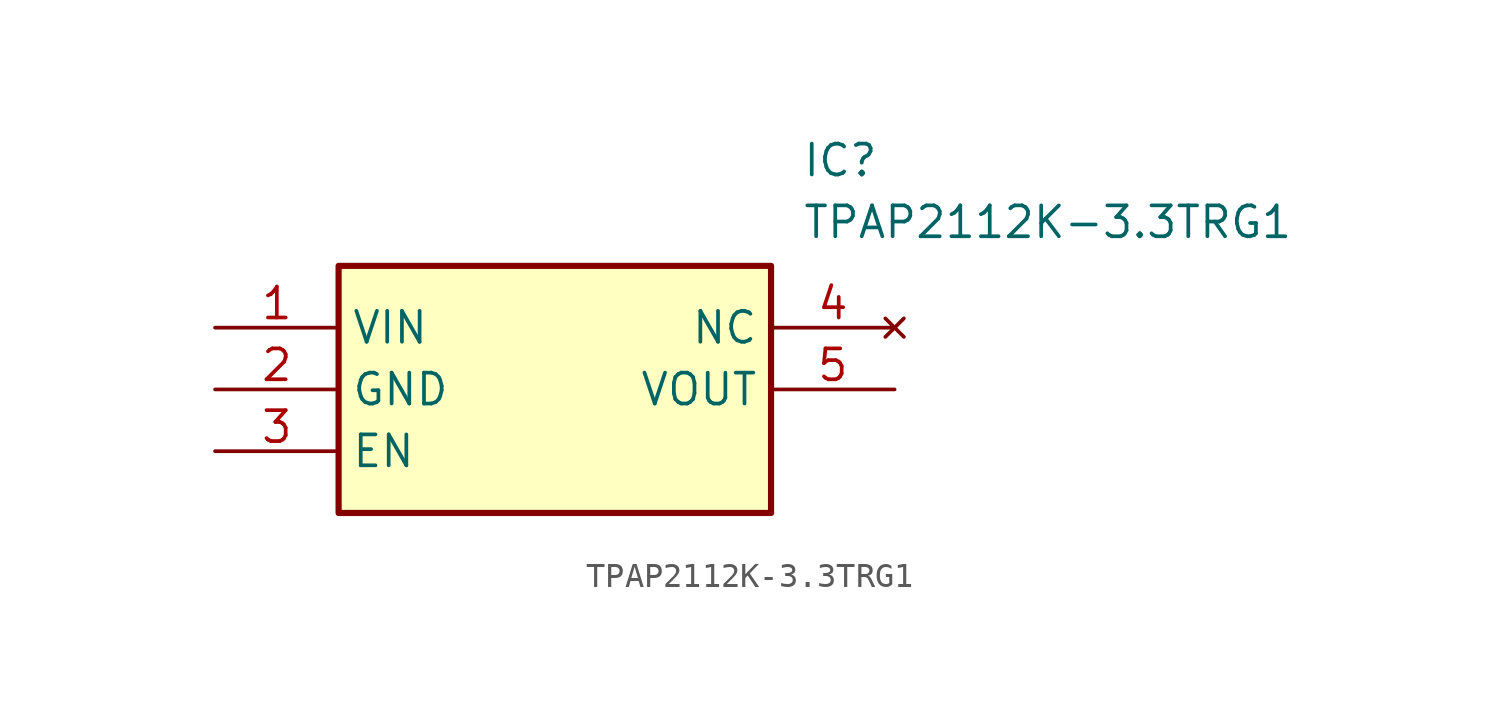
<source format=kicad_sym>
(kicad_symbol_lib
  (version 20211014)
  (generator SamacSys_ECAD_Model)
  (symbol "TPAP2112K-3.3TRG1"
    (property "Reference" "IC"
      (at 24.13 7.62 0)
      (effects (font (size 1.27 1.27)) (justify left top)))
    (property "Value" "TPAP2112K-3.3TRG1"
      (at 24.13 5.08 0)
      (effects (font (size 1.27 1.27)) (justify left top)))
    (rectangle
      (start 5.08 2.54)
      (end 22.86 -7.62)
      (stroke (width 0.254) (type default))
      (fill (type background)))
    (pin passive line
      (at 0 0 0)
      (length 5.08)
      (name "VIN" (effects (font (size 1.27 1.27))))
      (number "1" (effects (font (size 1.27 1.27)))))
    (pin passive line
      (at 0 -2.54 0)
      (length 5.08)
      (name "GND" (effects (font (size 1.27 1.27))))
      (number "2" (effects (font (size 1.27 1.27)))))
    (pin passive line
      (at 0 -5.08 0)
      (length 5.08)
      (name "EN" (effects (font (size 1.27 1.27))))
      (number "3" (effects (font (size 1.27 1.27)))))
    (pin no_connect line
      (at 27.94 0 180)
      (length 5.08)
      (name "NC" (effects (font (size 1.27 1.27))))
      (number "4" (effects (font (size 1.27 1.27)))))
    (pin passive line
      (at 27.94 -2.54 180)
      (length 5.08)
      (name "VOUT" (effects (font (size 1.27 1.27))))
      (number "5" (effects (font (size 1.27 1.27)))))))
</source>
